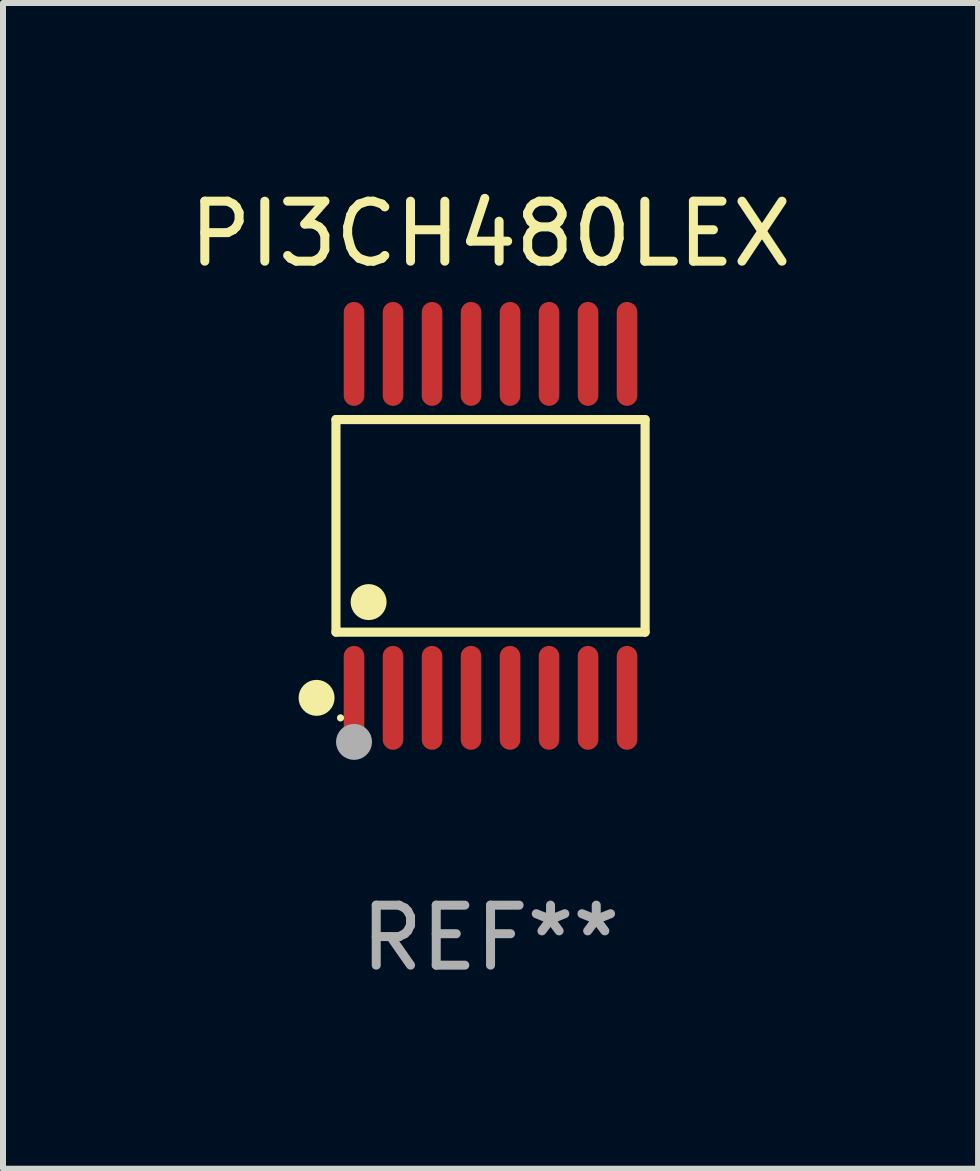
<source format=kicad_pcb>
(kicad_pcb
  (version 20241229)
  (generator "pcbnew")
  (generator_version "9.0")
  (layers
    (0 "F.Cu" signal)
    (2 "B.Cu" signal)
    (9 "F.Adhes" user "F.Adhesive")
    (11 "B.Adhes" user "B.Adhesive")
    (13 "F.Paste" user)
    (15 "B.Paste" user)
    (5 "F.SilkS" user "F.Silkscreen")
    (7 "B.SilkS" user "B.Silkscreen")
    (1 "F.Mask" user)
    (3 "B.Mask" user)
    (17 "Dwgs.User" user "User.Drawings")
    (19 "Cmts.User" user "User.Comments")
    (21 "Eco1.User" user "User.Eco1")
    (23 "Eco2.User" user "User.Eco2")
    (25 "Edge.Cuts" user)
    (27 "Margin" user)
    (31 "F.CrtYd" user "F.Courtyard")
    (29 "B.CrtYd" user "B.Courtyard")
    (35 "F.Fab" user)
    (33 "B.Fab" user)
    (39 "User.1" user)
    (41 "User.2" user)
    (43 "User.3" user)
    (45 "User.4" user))
  (footprint "PI3CH480LEX"
    (layer "F.Cu")
    (at 5.125 5.714)
    (property "Reference" "PI3CH480LEX" (at 0 -4.866 0) (layer "F.SilkS") (effects (font (size 1 1) (thickness 0.15))))
    (attr through_hole)
    (fp_line (start -2.576 -1.772) (end 2.576 -1.772) (stroke (width 0.152) (type solid)) (layer "F.SilkS"))
    (fp_line (start -2.576 1.771) (end -2.576 -1.772) (stroke (width 0.152) (type solid)) (layer "F.SilkS"))
    (fp_line (start 2.576 -1.772) (end 2.576 1.771) (stroke (width 0.152) (type solid)) (layer "F.SilkS"))
    (fp_line (start 2.576 1.771) (end -2.576 1.771) (stroke (width 0.152) (type solid)) (layer "F.SilkS"))
    (fp_circle (center -2.899 2.866) (end -2.749 2.866) (stroke (width 0.3) (type solid)) (fill no) (layer "F.SilkS"))
    (fp_circle (center -2.5 3.2) (end -2.47 3.2) (stroke (width 0.06) (type solid)) (fill no) (layer "F.SilkS"))
    (fp_circle (center -2.032 1.27) (end -1.882 1.27) (stroke (width 0.3) (type solid)) (fill no) (layer "F.SilkS"))
    (fp_circle (center -2.275 3.6) (end -2.125 3.6) (stroke (width 0.3) (type solid)) (fill no) (layer "F.Fab"))
    (fp_text user "REF**" (at 0 6.866 0) (layer "F.Fab") (effects (font (size 1 1) (thickness 0.15))))
    (pad "1" smd oval (at -2.275 2.866) (size 0.343 1.731) (layers "F.Cu" "F.Mask" "F.Paste"))
    (pad "2" smd oval (at -1.625 2.866) (size 0.343 1.731) (layers "F.Cu" "F.Mask" "F.Paste"))
    (pad "3" smd oval (at -0.975 2.866) (size 0.343 1.731) (layers "F.Cu" "F.Mask" "F.Paste"))
    (pad "4" smd oval (at -0.325 2.866) (size 0.343 1.731) (layers "F.Cu" "F.Mask" "F.Paste"))
    (pad "5" smd oval (at 0.325 2.866) (size 0.343 1.731) (layers "F.Cu" "F.Mask" "F.Paste"))
    (pad "6" smd oval (at 0.975 2.866) (size 0.343 1.731) (layers "F.Cu" "F.Mask" "F.Paste"))
    (pad "7" smd oval (at 1.625 2.866) (size 0.343 1.731) (layers "F.Cu" "F.Mask" "F.Paste"))
    (pad "8" smd oval (at 2.275 2.866) (size 0.343 1.731) (layers "F.Cu" "F.Mask" "F.Paste"))
    (pad "9" smd oval (at 2.275 -2.866) (size 0.343 1.731) (layers "F.Cu" "F.Mask" "F.Paste"))
    (pad "10" smd oval (at 1.625 -2.866) (size 0.343 1.731) (layers "F.Cu" "F.Mask" "F.Paste"))
    (pad "11" smd oval (at 0.975 -2.866) (size 0.343 1.731) (layers "F.Cu" "F.Mask" "F.Paste"))
    (pad "12" smd oval (at 0.325 -2.866) (size 0.343 1.731) (layers "F.Cu" "F.Mask" "F.Paste"))
    (pad "13" smd oval (at -0.325 -2.866) (size 0.343 1.731) (layers "F.Cu" "F.Mask" "F.Paste"))
    (pad "14" smd oval (at -0.975 -2.866) (size 0.343 1.731) (layers "F.Cu" "F.Mask" "F.Paste"))
    (pad "15" smd oval (at -1.625 -2.866) (size 0.343 1.731) (layers "F.Cu" "F.Mask" "F.Paste"))
    (pad "16" smd oval (at -2.275 -2.866) (size 0.343 1.731) (layers "F.Cu" "F.Mask" "F.Paste")))
  (gr_rect
    (start -3 -3)
    (end 13.25 16.428)
    (stroke (width 0.1) (type default))
    (fill no)
    (layer "Edge.Cuts")))
</source>
